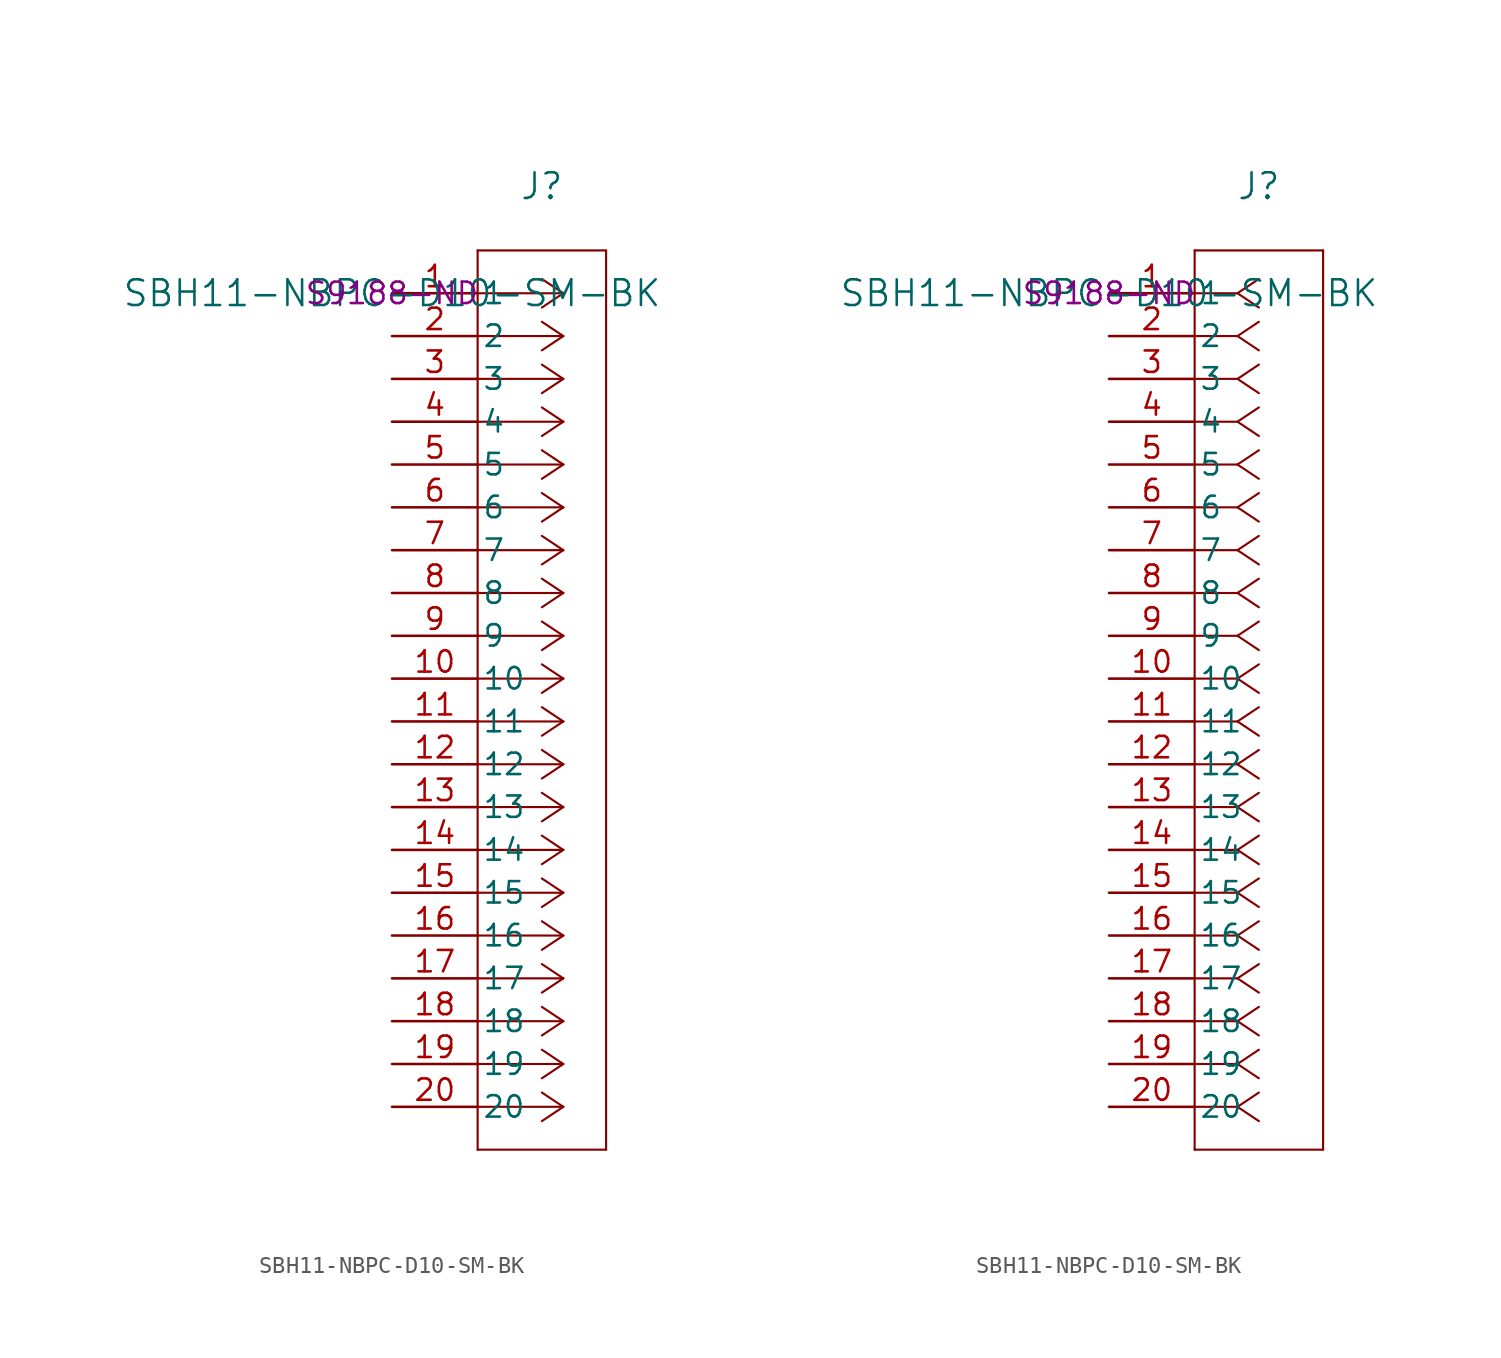
<source format=kicad_sym>
(kicad_symbol_lib
  (version 20231120)
  (generator "kicad_symbol_editor")
  (generator_version "8.0")
  (symbol "SBH11-NBPC-D10-SM-BK"
    (pin_names
      (offset 0.254))
    (property "Reference" "J"
      (at 8.89 6.35 0)
      (effects (font (size 1.524 1.524))))
    (property "Value" "SBH11-NBPC-D10-SM-BK"
      (at 0 0 0)
      (effects (font (size 1.524 1.524))))
    (property "DigiKey" "S9188-ND"
      (at 0 0 0)
      (effects (font (size 1.27 1.27))))
    (symbol "SBH11-NBPC-D10-SM-BK_1_1"
      (polyline (pts (xy 5.08 -50.8) (xy 12.7 -50.8)) (stroke (width 0.127) (type default)) (fill (type none)))
      (polyline (pts (xy 5.08 2.54) (xy 5.08 -50.8)) (stroke (width 0.127) (type default)) (fill (type none)))
      (polyline (pts (xy 10.16 -48.26) (xy 5.08 -48.26)) (stroke (width 0.127) (type default)) (fill (type none)))
      (polyline (pts (xy 10.16 -48.26) (xy 8.89 -49.107)) (stroke (width 0.127) (type default)) (fill (type none)))
      (polyline (pts (xy 10.16 -48.26) (xy 8.89 -47.413)) (stroke (width 0.127) (type default)) (fill (type none)))
      (polyline (pts (xy 10.16 -45.72) (xy 5.08 -45.72)) (stroke (width 0.127) (type default)) (fill (type none)))
      (polyline (pts (xy 10.16 -45.72) (xy 8.89 -46.567)) (stroke (width 0.127) (type default)) (fill (type none)))
      (polyline (pts (xy 10.16 -45.72) (xy 8.89 -44.873)) (stroke (width 0.127) (type default)) (fill (type none)))
      (polyline (pts (xy 10.16 -43.18) (xy 5.08 -43.18)) (stroke (width 0.127) (type default)) (fill (type none)))
      (polyline (pts (xy 10.16 -43.18) (xy 8.89 -44.027)) (stroke (width 0.127) (type default)) (fill (type none)))
      (polyline (pts (xy 10.16 -43.18) (xy 8.89 -42.333)) (stroke (width 0.127) (type default)) (fill (type none)))
      (polyline (pts (xy 10.16 -40.64) (xy 5.08 -40.64)) (stroke (width 0.127) (type default)) (fill (type none)))
      (polyline (pts (xy 10.16 -40.64) (xy 8.89 -41.487)) (stroke (width 0.127) (type default)) (fill (type none)))
      (polyline (pts (xy 10.16 -40.64) (xy 8.89 -39.793)) (stroke (width 0.127) (type default)) (fill (type none)))
      (polyline (pts (xy 10.16 -38.1) (xy 5.08 -38.1)) (stroke (width 0.127) (type default)) (fill (type none)))
      (polyline (pts (xy 10.16 -38.1) (xy 8.89 -38.947)) (stroke (width 0.127) (type default)) (fill (type none)))
      (polyline (pts (xy 10.16 -38.1) (xy 8.89 -37.253)) (stroke (width 0.127) (type default)) (fill (type none)))
      (polyline (pts (xy 10.16 -35.56) (xy 5.08 -35.56)) (stroke (width 0.127) (type default)) (fill (type none)))
      (polyline (pts (xy 10.16 -35.56) (xy 8.89 -36.407)) (stroke (width 0.127) (type default)) (fill (type none)))
      (polyline (pts (xy 10.16 -35.56) (xy 8.89 -34.713)) (stroke (width 0.127) (type default)) (fill (type none)))
      (polyline (pts (xy 10.16 -33.02) (xy 5.08 -33.02)) (stroke (width 0.127) (type default)) (fill (type none)))
      (polyline (pts (xy 10.16 -33.02) (xy 8.89 -33.867)) (stroke (width 0.127) (type default)) (fill (type none)))
      (polyline (pts (xy 10.16 -33.02) (xy 8.89 -32.173)) (stroke (width 0.127) (type default)) (fill (type none)))
      (polyline (pts (xy 10.16 -30.48) (xy 5.08 -30.48)) (stroke (width 0.127) (type default)) (fill (type none)))
      (polyline (pts (xy 10.16 -30.48) (xy 8.89 -31.327)) (stroke (width 0.127) (type default)) (fill (type none)))
      (polyline (pts (xy 10.16 -30.48) (xy 8.89 -29.633)) (stroke (width 0.127) (type default)) (fill (type none)))
      (polyline (pts (xy 10.16 -27.94) (xy 5.08 -27.94)) (stroke (width 0.127) (type default)) (fill (type none)))
      (polyline (pts (xy 10.16 -27.94) (xy 8.89 -28.787)) (stroke (width 0.127) (type default)) (fill (type none)))
      (polyline (pts (xy 10.16 -27.94) (xy 8.89 -27.093)) (stroke (width 0.127) (type default)) (fill (type none)))
      (polyline (pts (xy 10.16 -25.4) (xy 5.08 -25.4)) (stroke (width 0.127) (type default)) (fill (type none)))
      (polyline (pts (xy 10.16 -25.4) (xy 8.89 -26.247)) (stroke (width 0.127) (type default)) (fill (type none)))
      (polyline (pts (xy 10.16 -25.4) (xy 8.89 -24.553)) (stroke (width 0.127) (type default)) (fill (type none)))
      (polyline (pts (xy 10.16 -22.86) (xy 5.08 -22.86)) (stroke (width 0.127) (type default)) (fill (type none)))
      (polyline (pts (xy 10.16 -22.86) (xy 8.89 -23.707)) (stroke (width 0.127) (type default)) (fill (type none)))
      (polyline (pts (xy 10.16 -22.86) (xy 8.89 -22.013)) (stroke (width 0.127) (type default)) (fill (type none)))
      (polyline (pts (xy 10.16 -20.32) (xy 5.08 -20.32)) (stroke (width 0.127) (type default)) (fill (type none)))
      (polyline (pts (xy 10.16 -20.32) (xy 8.89 -21.167)) (stroke (width 0.127) (type default)) (fill (type none)))
      (polyline (pts (xy 10.16 -20.32) (xy 8.89 -19.473)) (stroke (width 0.127) (type default)) (fill (type none)))
      (polyline (pts (xy 10.16 -17.78) (xy 5.08 -17.78)) (stroke (width 0.127) (type default)) (fill (type none)))
      (polyline (pts (xy 10.16 -17.78) (xy 8.89 -18.627)) (stroke (width 0.127) (type default)) (fill (type none)))
      (polyline (pts (xy 10.16 -17.78) (xy 8.89 -16.933)) (stroke (width 0.127) (type default)) (fill (type none)))
      (polyline (pts (xy 10.16 -15.24) (xy 5.08 -15.24)) (stroke (width 0.127) (type default)) (fill (type none)))
      (polyline (pts (xy 10.16 -15.24) (xy 8.89 -16.087)) (stroke (width 0.127) (type default)) (fill (type none)))
      (polyline (pts (xy 10.16 -15.24) (xy 8.89 -14.393)) (stroke (width 0.127) (type default)) (fill (type none)))
      (polyline (pts (xy 10.16 -12.7) (xy 5.08 -12.7)) (stroke (width 0.127) (type default)) (fill (type none)))
      (polyline (pts (xy 10.16 -12.7) (xy 8.89 -13.547)) (stroke (width 0.127) (type default)) (fill (type none)))
      (polyline (pts (xy 10.16 -12.7) (xy 8.89 -11.853)) (stroke (width 0.127) (type default)) (fill (type none)))
      (polyline (pts (xy 10.16 -10.16) (xy 5.08 -10.16)) (stroke (width 0.127) (type default)) (fill (type none)))
      (polyline (pts (xy 10.16 -10.16) (xy 8.89 -11.007)) (stroke (width 0.127) (type default)) (fill (type none)))
      (polyline (pts (xy 10.16 -10.16) (xy 8.89 -9.313)) (stroke (width 0.127) (type default)) (fill (type none)))
      (polyline (pts (xy 10.16 -7.62) (xy 5.08 -7.62)) (stroke (width 0.127) (type default)) (fill (type none)))
      (polyline (pts (xy 10.16 -7.62) (xy 8.89 -8.467)) (stroke (width 0.127) (type default)) (fill (type none)))
      (polyline (pts (xy 10.16 -7.62) (xy 8.89 -6.773)) (stroke (width 0.127) (type default)) (fill (type none)))
      (polyline (pts (xy 10.16 -5.08) (xy 5.08 -5.08)) (stroke (width 0.127) (type default)) (fill (type none)))
      (polyline (pts (xy 10.16 -5.08) (xy 8.89 -5.927)) (stroke (width 0.127) (type default)) (fill (type none)))
      (polyline (pts (xy 10.16 -5.08) (xy 8.89 -4.233)) (stroke (width 0.127) (type default)) (fill (type none)))
      (polyline (pts (xy 10.16 -2.54) (xy 5.08 -2.54)) (stroke (width 0.127) (type default)) (fill (type none)))
      (polyline (pts (xy 10.16 -2.54) (xy 8.89 -3.387)) (stroke (width 0.127) (type default)) (fill (type none)))
      (polyline (pts (xy 10.16 -2.54) (xy 8.89 -1.693)) (stroke (width 0.127) (type default)) (fill (type none)))
      (polyline (pts (xy 10.16 0) (xy 5.08 0)) (stroke (width 0.127) (type default)) (fill (type none)))
      (polyline (pts (xy 10.16 0) (xy 8.89 -0.847)) (stroke (width 0.127) (type default)) (fill (type none)))
      (polyline (pts (xy 10.16 0) (xy 8.89 0.847)) (stroke (width 0.127) (type default)) (fill (type none)))
      (polyline (pts (xy 12.7 -50.8) (xy 12.7 2.54)) (stroke (width 0.127) (type default)) (fill (type none)))
      (polyline (pts (xy 12.7 2.54) (xy 5.08 2.54)) (stroke (width 0.127) (type default)) (fill (type none)))
      (pin unspecified line (at 0 0 0) (length 5.08) (name "1" (effects (font (size 1.27 1.27)))) (number "1" (effects (font (size 1.27 1.27)))))
      (pin unspecified line (at 0 -22.86 0) (length 5.08) (name "10" (effects (font (size 1.27 1.27)))) (number "10" (effects (font (size 1.27 1.27)))))
      (pin unspecified line (at 0 -25.4 0) (length 5.08) (name "11" (effects (font (size 1.27 1.27)))) (number "11" (effects (font (size 1.27 1.27)))))
      (pin unspecified line (at 0 -27.94 0) (length 5.08) (name "12" (effects (font (size 1.27 1.27)))) (number "12" (effects (font (size 1.27 1.27)))))
      (pin unspecified line (at 0 -30.48 0) (length 5.08) (name "13" (effects (font (size 1.27 1.27)))) (number "13" (effects (font (size 1.27 1.27)))))
      (pin unspecified line (at 0 -33.02 0) (length 5.08) (name "14" (effects (font (size 1.27 1.27)))) (number "14" (effects (font (size 1.27 1.27)))))
      (pin unspecified line (at 0 -35.56 0) (length 5.08) (name "15" (effects (font (size 1.27 1.27)))) (number "15" (effects (font (size 1.27 1.27)))))
      (pin unspecified line (at 0 -38.1 0) (length 5.08) (name "16" (effects (font (size 1.27 1.27)))) (number "16" (effects (font (size 1.27 1.27)))))
      (pin unspecified line (at 0 -40.64 0) (length 5.08) (name "17" (effects (font (size 1.27 1.27)))) (number "17" (effects (font (size 1.27 1.27)))))
      (pin unspecified line (at 0 -43.18 0) (length 5.08) (name "18" (effects (font (size 1.27 1.27)))) (number "18" (effects (font (size 1.27 1.27)))))
      (pin unspecified line (at 0 -45.72 0) (length 5.08) (name "19" (effects (font (size 1.27 1.27)))) (number "19" (effects (font (size 1.27 1.27)))))
      (pin unspecified line (at 0 -2.54 0) (length 5.08) (name "2" (effects (font (size 1.27 1.27)))) (number "2" (effects (font (size 1.27 1.27)))))
      (pin unspecified line (at 0 -48.26 0) (length 5.08) (name "20" (effects (font (size 1.27 1.27)))) (number "20" (effects (font (size 1.27 1.27)))))
      (pin unspecified line (at 0 -5.08 0) (length 5.08) (name "3" (effects (font (size 1.27 1.27)))) (number "3" (effects (font (size 1.27 1.27)))))
      (pin unspecified line (at 0 -7.62 0) (length 5.08) (name "4" (effects (font (size 1.27 1.27)))) (number "4" (effects (font (size 1.27 1.27)))))
      (pin unspecified line (at 0 -10.16 0) (length 5.08) (name "5" (effects (font (size 1.27 1.27)))) (number "5" (effects (font (size 1.27 1.27)))))
      (pin unspecified line (at 0 -12.7 0) (length 5.08) (name "6" (effects (font (size 1.27 1.27)))) (number "6" (effects (font (size 1.27 1.27)))))
      (pin unspecified line (at 0 -15.24 0) (length 5.08) (name "7" (effects (font (size 1.27 1.27)))) (number "7" (effects (font (size 1.27 1.27)))))
      (pin unspecified line (at 0 -17.78 0) (length 5.08) (name "8" (effects (font (size 1.27 1.27)))) (number "8" (effects (font (size 1.27 1.27)))))
      (pin unspecified line (at 0 -20.32 0) (length 5.08) (name "9" (effects (font (size 1.27 1.27)))) (number "9" (effects (font (size 1.27 1.27))))))
    (symbol "SBH11-NBPC-D10-SM-BK_1_2"
      (polyline (pts (xy 5.08 -50.8) (xy 12.7 -50.8)) (stroke (width 0.127) (type default)) (fill (type none)))
      (polyline (pts (xy 5.08 2.54) (xy 5.08 -50.8)) (stroke (width 0.127) (type default)) (fill (type none)))
      (polyline (pts (xy 7.62 -48.26) (xy 5.08 -48.26)) (stroke (width 0.127) (type default)) (fill (type none)))
      (polyline (pts (xy 7.62 -48.26) (xy 8.89 -49.107)) (stroke (width 0.127) (type default)) (fill (type none)))
      (polyline (pts (xy 7.62 -48.26) (xy 8.89 -47.413)) (stroke (width 0.127) (type default)) (fill (type none)))
      (polyline (pts (xy 7.62 -45.72) (xy 5.08 -45.72)) (stroke (width 0.127) (type default)) (fill (type none)))
      (polyline (pts (xy 7.62 -45.72) (xy 8.89 -46.567)) (stroke (width 0.127) (type default)) (fill (type none)))
      (polyline (pts (xy 7.62 -45.72) (xy 8.89 -44.873)) (stroke (width 0.127) (type default)) (fill (type none)))
      (polyline (pts (xy 7.62 -43.18) (xy 5.08 -43.18)) (stroke (width 0.127) (type default)) (fill (type none)))
      (polyline (pts (xy 7.62 -43.18) (xy 8.89 -44.027)) (stroke (width 0.127) (type default)) (fill (type none)))
      (polyline (pts (xy 7.62 -43.18) (xy 8.89 -42.333)) (stroke (width 0.127) (type default)) (fill (type none)))
      (polyline (pts (xy 7.62 -40.64) (xy 5.08 -40.64)) (stroke (width 0.127) (type default)) (fill (type none)))
      (polyline (pts (xy 7.62 -40.64) (xy 8.89 -41.487)) (stroke (width 0.127) (type default)) (fill (type none)))
      (polyline (pts (xy 7.62 -40.64) (xy 8.89 -39.793)) (stroke (width 0.127) (type default)) (fill (type none)))
      (polyline (pts (xy 7.62 -38.1) (xy 5.08 -38.1)) (stroke (width 0.127) (type default)) (fill (type none)))
      (polyline (pts (xy 7.62 -38.1) (xy 8.89 -38.947)) (stroke (width 0.127) (type default)) (fill (type none)))
      (polyline (pts (xy 7.62 -38.1) (xy 8.89 -37.253)) (stroke (width 0.127) (type default)) (fill (type none)))
      (polyline (pts (xy 7.62 -35.56) (xy 5.08 -35.56)) (stroke (width 0.127) (type default)) (fill (type none)))
      (polyline (pts (xy 7.62 -35.56) (xy 8.89 -36.407)) (stroke (width 0.127) (type default)) (fill (type none)))
      (polyline (pts (xy 7.62 -35.56) (xy 8.89 -34.713)) (stroke (width 0.127) (type default)) (fill (type none)))
      (polyline (pts (xy 7.62 -33.02) (xy 5.08 -33.02)) (stroke (width 0.127) (type default)) (fill (type none)))
      (polyline (pts (xy 7.62 -33.02) (xy 8.89 -33.867)) (stroke (width 0.127) (type default)) (fill (type none)))
      (polyline (pts (xy 7.62 -33.02) (xy 8.89 -32.173)) (stroke (width 0.127) (type default)) (fill (type none)))
      (polyline (pts (xy 7.62 -30.48) (xy 5.08 -30.48)) (stroke (width 0.127) (type default)) (fill (type none)))
      (polyline (pts (xy 7.62 -30.48) (xy 8.89 -31.327)) (stroke (width 0.127) (type default)) (fill (type none)))
      (polyline (pts (xy 7.62 -30.48) (xy 8.89 -29.633)) (stroke (width 0.127) (type default)) (fill (type none)))
      (polyline (pts (xy 7.62 -27.94) (xy 5.08 -27.94)) (stroke (width 0.127) (type default)) (fill (type none)))
      (polyline (pts (xy 7.62 -27.94) (xy 8.89 -28.787)) (stroke (width 0.127) (type default)) (fill (type none)))
      (polyline (pts (xy 7.62 -27.94) (xy 8.89 -27.093)) (stroke (width 0.127) (type default)) (fill (type none)))
      (polyline (pts (xy 7.62 -25.4) (xy 5.08 -25.4)) (stroke (width 0.127) (type default)) (fill (type none)))
      (polyline (pts (xy 7.62 -25.4) (xy 8.89 -26.247)) (stroke (width 0.127) (type default)) (fill (type none)))
      (polyline (pts (xy 7.62 -25.4) (xy 8.89 -24.553)) (stroke (width 0.127) (type default)) (fill (type none)))
      (polyline (pts (xy 7.62 -22.86) (xy 5.08 -22.86)) (stroke (width 0.127) (type default)) (fill (type none)))
      (polyline (pts (xy 7.62 -22.86) (xy 8.89 -23.707)) (stroke (width 0.127) (type default)) (fill (type none)))
      (polyline (pts (xy 7.62 -22.86) (xy 8.89 -22.013)) (stroke (width 0.127) (type default)) (fill (type none)))
      (polyline (pts (xy 7.62 -20.32) (xy 5.08 -20.32)) (stroke (width 0.127) (type default)) (fill (type none)))
      (polyline (pts (xy 7.62 -20.32) (xy 8.89 -21.167)) (stroke (width 0.127) (type default)) (fill (type none)))
      (polyline (pts (xy 7.62 -20.32) (xy 8.89 -19.473)) (stroke (width 0.127) (type default)) (fill (type none)))
      (polyline (pts (xy 7.62 -17.78) (xy 5.08 -17.78)) (stroke (width 0.127) (type default)) (fill (type none)))
      (polyline (pts (xy 7.62 -17.78) (xy 8.89 -18.627)) (stroke (width 0.127) (type default)) (fill (type none)))
      (polyline (pts (xy 7.62 -17.78) (xy 8.89 -16.933)) (stroke (width 0.127) (type default)) (fill (type none)))
      (polyline (pts (xy 7.62 -15.24) (xy 5.08 -15.24)) (stroke (width 0.127) (type default)) (fill (type none)))
      (polyline (pts (xy 7.62 -15.24) (xy 8.89 -16.087)) (stroke (width 0.127) (type default)) (fill (type none)))
      (polyline (pts (xy 7.62 -15.24) (xy 8.89 -14.393)) (stroke (width 0.127) (type default)) (fill (type none)))
      (polyline (pts (xy 7.62 -12.7) (xy 5.08 -12.7)) (stroke (width 0.127) (type default)) (fill (type none)))
      (polyline (pts (xy 7.62 -12.7) (xy 8.89 -13.547)) (stroke (width 0.127) (type default)) (fill (type none)))
      (polyline (pts (xy 7.62 -12.7) (xy 8.89 -11.853)) (stroke (width 0.127) (type default)) (fill (type none)))
      (polyline (pts (xy 7.62 -10.16) (xy 5.08 -10.16)) (stroke (width 0.127) (type default)) (fill (type none)))
      (polyline (pts (xy 7.62 -10.16) (xy 8.89 -11.007)) (stroke (width 0.127) (type default)) (fill (type none)))
      (polyline (pts (xy 7.62 -10.16) (xy 8.89 -9.313)) (stroke (width 0.127) (type default)) (fill (type none)))
      (polyline (pts (xy 7.62 -7.62) (xy 5.08 -7.62)) (stroke (width 0.127) (type default)) (fill (type none)))
      (polyline (pts (xy 7.62 -7.62) (xy 8.89 -8.467)) (stroke (width 0.127) (type default)) (fill (type none)))
      (polyline (pts (xy 7.62 -7.62) (xy 8.89 -6.773)) (stroke (width 0.127) (type default)) (fill (type none)))
      (polyline (pts (xy 7.62 -5.08) (xy 5.08 -5.08)) (stroke (width 0.127) (type default)) (fill (type none)))
      (polyline (pts (xy 7.62 -5.08) (xy 8.89 -5.927)) (stroke (width 0.127) (type default)) (fill (type none)))
      (polyline (pts (xy 7.62 -5.08) (xy 8.89 -4.233)) (stroke (width 0.127) (type default)) (fill (type none)))
      (polyline (pts (xy 7.62 -2.54) (xy 5.08 -2.54)) (stroke (width 0.127) (type default)) (fill (type none)))
      (polyline (pts (xy 7.62 -2.54) (xy 8.89 -3.387)) (stroke (width 0.127) (type default)) (fill (type none)))
      (polyline (pts (xy 7.62 -2.54) (xy 8.89 -1.693)) (stroke (width 0.127) (type default)) (fill (type none)))
      (polyline (pts (xy 7.62 0) (xy 5.08 0)) (stroke (width 0.127) (type default)) (fill (type none)))
      (polyline (pts (xy 7.62 0) (xy 8.89 -0.847)) (stroke (width 0.127) (type default)) (fill (type none)))
      (polyline (pts (xy 7.62 0) (xy 8.89 0.847)) (stroke (width 0.127) (type default)) (fill (type none)))
      (polyline (pts (xy 12.7 -50.8) (xy 12.7 2.54)) (stroke (width 0.127) (type default)) (fill (type none)))
      (polyline (pts (xy 12.7 2.54) (xy 5.08 2.54)) (stroke (width 0.127) (type default)) (fill (type none)))
      (pin unspecified line (at 0 0 0) (length 5.08) (name "1" (effects (font (size 1.27 1.27)))) (number "1" (effects (font (size 1.27 1.27)))))
      (pin unspecified line (at 0 -22.86 0) (length 5.08) (name "10" (effects (font (size 1.27 1.27)))) (number "10" (effects (font (size 1.27 1.27)))))
      (pin unspecified line (at 0 -25.4 0) (length 5.08) (name "11" (effects (font (size 1.27 1.27)))) (number "11" (effects (font (size 1.27 1.27)))))
      (pin unspecified line (at 0 -27.94 0) (length 5.08) (name "12" (effects (font (size 1.27 1.27)))) (number "12" (effects (font (size 1.27 1.27)))))
      (pin unspecified line (at 0 -30.48 0) (length 5.08) (name "13" (effects (font (size 1.27 1.27)))) (number "13" (effects (font (size 1.27 1.27)))))
      (pin unspecified line (at 0 -33.02 0) (length 5.08) (name "14" (effects (font (size 1.27 1.27)))) (number "14" (effects (font (size 1.27 1.27)))))
      (pin unspecified line (at 0 -35.56 0) (length 5.08) (name "15" (effects (font (size 1.27 1.27)))) (number "15" (effects (font (size 1.27 1.27)))))
      (pin unspecified line (at 0 -38.1 0) (length 5.08) (name "16" (effects (font (size 1.27 1.27)))) (number "16" (effects (font (size 1.27 1.27)))))
      (pin unspecified line (at 0 -40.64 0) (length 5.08) (name "17" (effects (font (size 1.27 1.27)))) (number "17" (effects (font (size 1.27 1.27)))))
      (pin unspecified line (at 0 -43.18 0) (length 5.08) (name "18" (effects (font (size 1.27 1.27)))) (number "18" (effects (font (size 1.27 1.27)))))
      (pin unspecified line (at 0 -45.72 0) (length 5.08) (name "19" (effects (font (size 1.27 1.27)))) (number "19" (effects (font (size 1.27 1.27)))))
      (pin unspecified line (at 0 -2.54 0) (length 5.08) (name "2" (effects (font (size 1.27 1.27)))) (number "2" (effects (font (size 1.27 1.27)))))
      (pin unspecified line (at 0 -48.26 0) (length 5.08) (name "20" (effects (font (size 1.27 1.27)))) (number "20" (effects (font (size 1.27 1.27)))))
      (pin unspecified line (at 0 -5.08 0) (length 5.08) (name "3" (effects (font (size 1.27 1.27)))) (number "3" (effects (font (size 1.27 1.27)))))
      (pin unspecified line (at 0 -7.62 0) (length 5.08) (name "4" (effects (font (size 1.27 1.27)))) (number "4" (effects (font (size 1.27 1.27)))))
      (pin unspecified line (at 0 -10.16 0) (length 5.08) (name "5" (effects (font (size 1.27 1.27)))) (number "5" (effects (font (size 1.27 1.27)))))
      (pin unspecified line (at 0 -12.7 0) (length 5.08) (name "6" (effects (font (size 1.27 1.27)))) (number "6" (effects (font (size 1.27 1.27)))))
      (pin unspecified line (at 0 -15.24 0) (length 5.08) (name "7" (effects (font (size 1.27 1.27)))) (number "7" (effects (font (size 1.27 1.27)))))
      (pin unspecified line (at 0 -17.78 0) (length 5.08) (name "8" (effects (font (size 1.27 1.27)))) (number "8" (effects (font (size 1.27 1.27)))))
      (pin unspecified line (at 0 -20.32 0) (length 5.08) (name "9" (effects (font (size 1.27 1.27)))) (number "9" (effects (font (size 1.27 1.27))))))))
</source>
